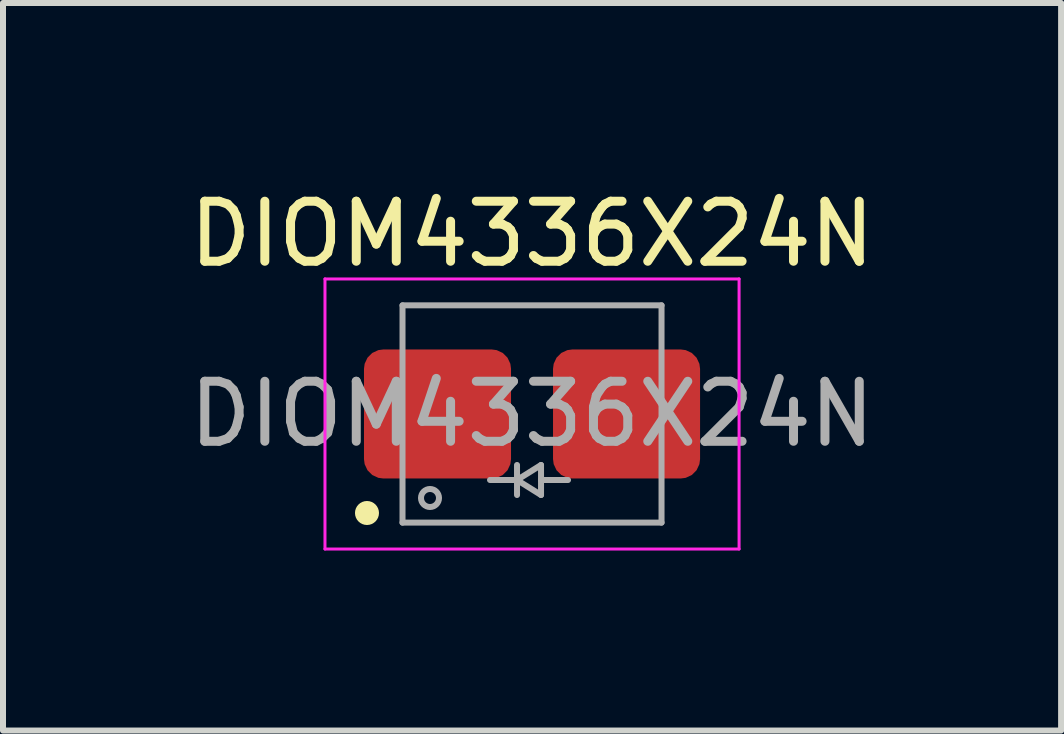
<source format=kicad_pcb>
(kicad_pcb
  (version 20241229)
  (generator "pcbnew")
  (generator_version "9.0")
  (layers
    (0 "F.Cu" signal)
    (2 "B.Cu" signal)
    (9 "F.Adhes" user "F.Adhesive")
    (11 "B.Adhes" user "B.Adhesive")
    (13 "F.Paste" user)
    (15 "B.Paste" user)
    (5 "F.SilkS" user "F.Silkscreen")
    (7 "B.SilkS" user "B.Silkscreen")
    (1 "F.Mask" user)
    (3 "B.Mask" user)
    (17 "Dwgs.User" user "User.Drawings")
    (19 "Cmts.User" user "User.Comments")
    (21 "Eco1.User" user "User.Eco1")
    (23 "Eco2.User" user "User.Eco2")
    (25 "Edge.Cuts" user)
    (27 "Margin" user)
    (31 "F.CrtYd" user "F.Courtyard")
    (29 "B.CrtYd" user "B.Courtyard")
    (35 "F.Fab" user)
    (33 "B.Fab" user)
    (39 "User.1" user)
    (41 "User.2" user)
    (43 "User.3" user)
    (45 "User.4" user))
  (footprint "DIOM4336X24N"
    (layer "F.Cu")
    (at 5.815 3.848)
    (property "Reference" "DIOM4336X24N" (at 0 -3 0) (layer "F.SilkS") (effects (font (size 1 1) (thickness 0.15))))
    (attr smd)
    (fp_circle (center -2.75 1.65) (end -2.6 1.65) (stroke (width 0.1) (type solid)) (fill yes) (layer "F.SilkS"))
    (fp_line (start -3.45 -2.25) (end 3.45 -2.25) (stroke (width 0.05) (type solid)) (layer "F.CrtYd"))
    (fp_line (start -3.45 2.25) (end -3.45 -2.25) (stroke (width 0.05) (type solid)) (layer "F.CrtYd"))
    (fp_line (start 3.45 -2.25) (end 3.45 2.25) (stroke (width 0.05) (type solid)) (layer "F.CrtYd"))
    (fp_line (start 3.45 2.25) (end -3.45 2.25) (stroke (width 0.05) (type solid)) (layer "F.CrtYd"))
    (fp_line (start -2.158 1.81) (end -2.158 -1.81) (stroke (width 0.1) (type solid)) (layer "F.Fab"))
    (fp_line (start -0.25 1.1) (end -0.7 1.1) (stroke (width 0.1) (type default)) (layer "F.Fab"))
    (fp_line (start -0.25 1.1) (end 0.15 0.85) (stroke (width 0.1) (type default)) (layer "F.Fab"))
    (fp_line (start -0.25 1.35) (end -0.25 0.85) (stroke (width 0.1) (type default)) (layer "F.Fab"))
    (fp_line (start 0.15 0.85) (end 0.15 1.35) (stroke (width 0.1) (type default)) (layer "F.Fab"))
    (fp_line (start 0.15 1.35) (end -0.25 1.1) (stroke (width 0.1) (type default)) (layer "F.Fab"))
    (fp_line (start 0.6 1.1) (end 0.15 1.1) (stroke (width 0.1) (type default)) (layer "F.Fab"))
    (fp_line (start 2.158 -1.81) (end -2.158 -1.81) (stroke (width 0.1) (type solid)) (layer "F.Fab"))
    (fp_line (start 2.158 -1.81) (end 2.158 1.81) (stroke (width 0.1) (type solid)) (layer "F.Fab"))
    (fp_line (start 2.158 1.81) (end -2.158 1.81) (stroke (width 0.1) (type solid)) (layer "F.Fab"))
    (fp_circle (center -1.7 1.4) (end -1.55 1.4) (stroke (width 0.1) (type solid)) (fill no) (layer "F.Fab"))
    (fp_text user "${REFERENCE}" (at 0 0 0) (layer "F.Fab") (effects (font (size 1 1) (thickness 0.15))))
    (pad "1" smd roundrect (at -1.575 0) (size 2.45 2.15) (layers "F.Cu" "F.Mask" "F.Paste") (roundrect_rratio 0.15))
    (pad "2" smd roundrect (at 1.575 0) (size 2.45 2.15) (layers "F.Cu" "F.Mask" "F.Paste") (roundrect_rratio 0.15)))
  (gr_rect
    (start -3 -3)
    (end 14.631 9.123)
    (stroke (width 0.1) (type default))
    (fill no)
    (layer "Edge.Cuts")))
</source>
